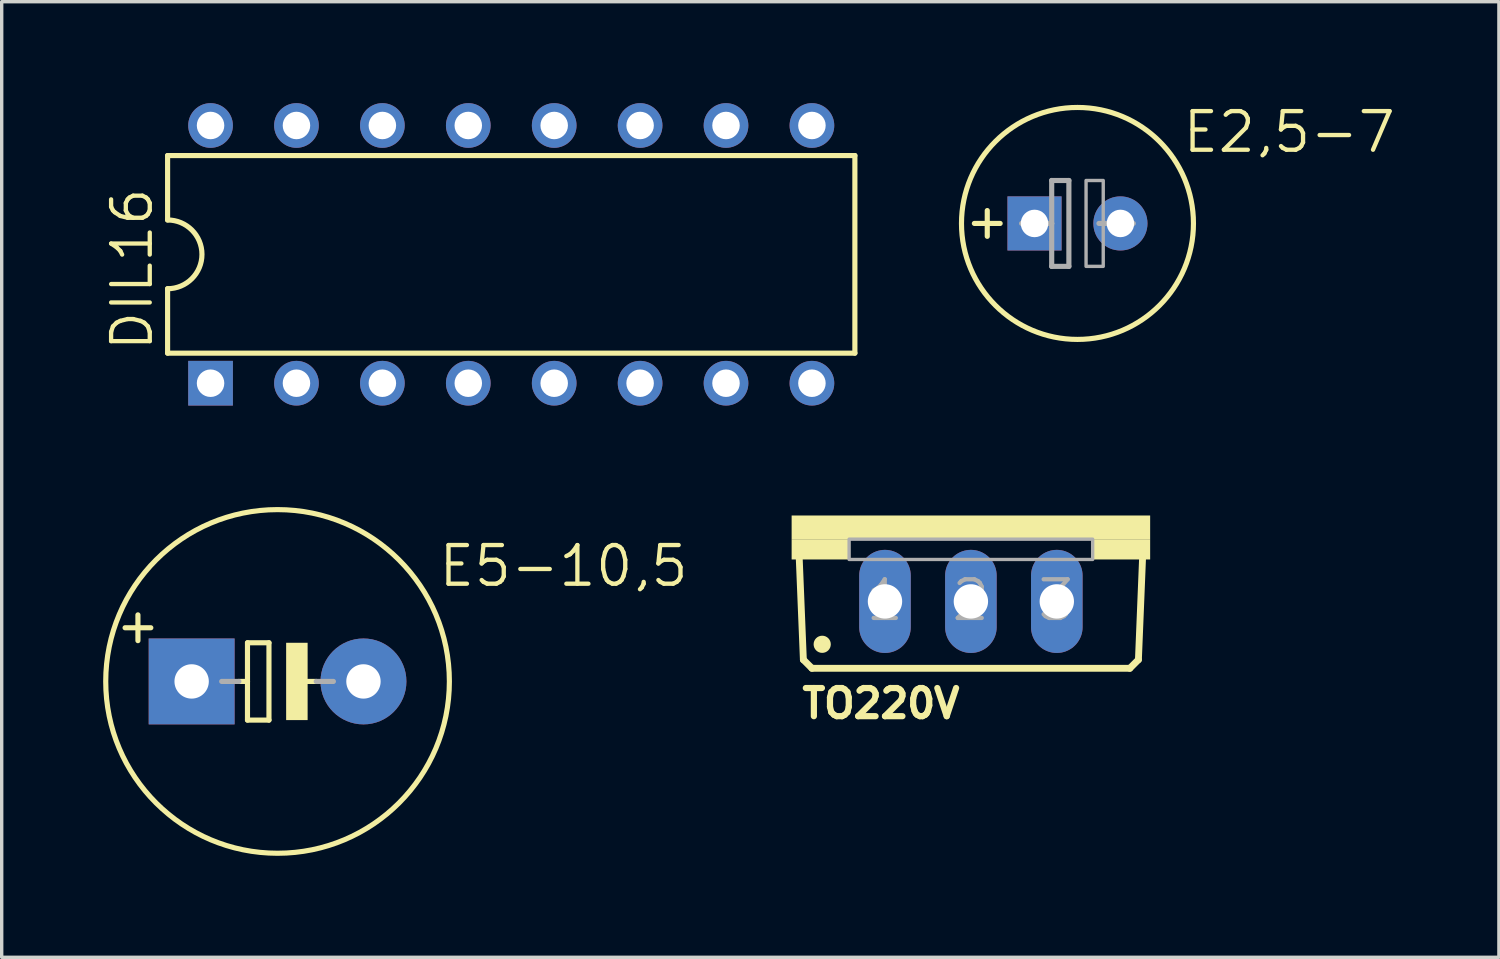
<source format=kicad_pcb>
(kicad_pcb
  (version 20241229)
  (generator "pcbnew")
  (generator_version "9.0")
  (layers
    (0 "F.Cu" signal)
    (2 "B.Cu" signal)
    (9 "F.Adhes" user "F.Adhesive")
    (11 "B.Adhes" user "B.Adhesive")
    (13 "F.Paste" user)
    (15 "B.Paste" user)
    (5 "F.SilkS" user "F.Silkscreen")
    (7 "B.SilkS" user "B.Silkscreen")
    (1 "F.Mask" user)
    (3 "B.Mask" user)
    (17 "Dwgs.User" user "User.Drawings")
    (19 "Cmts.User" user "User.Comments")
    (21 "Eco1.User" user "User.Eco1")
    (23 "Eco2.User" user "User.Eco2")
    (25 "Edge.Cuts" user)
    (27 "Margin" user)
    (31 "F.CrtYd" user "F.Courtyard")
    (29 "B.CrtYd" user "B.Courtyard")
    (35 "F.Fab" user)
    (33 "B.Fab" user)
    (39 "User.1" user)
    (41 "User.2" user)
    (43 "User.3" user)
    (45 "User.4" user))
  (footprint "E5-10,5"
    (layer "F.Cu")
    (at 5.156 17.097)
    (property "Reference" "E5-10,5" (at 4.699 -2.743 0) (layer "F.SilkS") (effects (font (size 1.143 1.143) (thickness 0.127)) (justify left bottom)))
    (fp_line (start -4.128 -1.968) (end -4.128 -1.206) (stroke (width 0.152) (type solid)) (layer "F.SilkS"))
    (fp_line (start -3.747 -1.587) (end -4.508 -1.587) (stroke (width 0.152) (type solid)) (layer "F.SilkS"))
    (fp_line (start -1.143 0) (end -0.889 0) (stroke (width 0.152) (type solid)) (layer "F.SilkS"))
    (fp_line (start -0.889 -1.143) (end -0.889 0) (stroke (width 0.152) (type solid)) (layer "F.SilkS"))
    (fp_line (start -0.889 0) (end -0.889 1.143) (stroke (width 0.152) (type solid)) (layer "F.SilkS"))
    (fp_line (start -0.889 1.143) (end -0.254 1.143) (stroke (width 0.152) (type solid)) (layer "F.SilkS"))
    (fp_line (start -0.254 -1.143) (end -0.889 -1.143) (stroke (width 0.152) (type solid)) (layer "F.SilkS"))
    (fp_line (start -0.254 1.143) (end -0.254 -1.143) (stroke (width 0.152) (type solid)) (layer "F.SilkS"))
    (fp_line (start 0.635 0) (end 1.143 0) (stroke (width 0.152) (type solid)) (layer "F.SilkS"))
    (fp_circle (center 0 0) (end 5.08 0) (stroke (width 0.152) (type solid)) (fill no) (layer "F.SilkS"))
    (fp_poly (pts (xy 0.254 1.143) (xy 0.889 1.143) (xy 0.889 -1.143) (xy 0.254 -1.143)) (stroke (width 0) (type solid)) (fill yes) (layer "F.SilkS"))
    (fp_line (start -1.651 0) (end -1.143 0) (stroke (width 0.152) (type solid)) (layer "F.Fab"))
    (fp_line (start 1.143 0) (end 1.651 0) (stroke (width 0.152) (type solid)) (layer "F.Fab"))
    (pad "+" thru_hole rect (at -2.54 0) (size 2.54 2.54) (drill 1.016) (layers "*.Cu" "*.Mask"))
    (pad "-" thru_hole circle (at 2.54 0) (size 2.54 2.54) (drill 1.016) (layers "*.Cu" "*.Mask")))
  (footprint "DIL16"
    (layer "F.Cu")
    (at 12.065 4.47)
    (property "Reference" "DIL16" (at -10.541 2.921 90) (layer "F.SilkS") (effects (font (size 1.143 1.143) (thickness 0.127)) (justify left bottom)))
    (fp_line (start -10.16 -2.921) (end -10.16 -1.016) (stroke (width 0.152) (type solid)) (layer "F.SilkS"))
    (fp_line (start -10.16 2.921) (end -10.16 1.016) (stroke (width 0.152) (type solid)) (layer "F.SilkS"))
    (fp_line (start -10.16 2.921) (end 10.16 2.921) (stroke (width 0.152) (type solid)) (layer "F.SilkS"))
    (fp_line (start 10.16 -2.921) (end -10.16 -2.921) (stroke (width 0.152) (type solid)) (layer "F.SilkS"))
    (fp_line (start 10.16 -2.921) (end 10.16 2.921) (stroke (width 0.152) (type solid)) (layer "F.SilkS"))
    (fp_arc (start -10.16 -1.016) (mid -9.144 0) (end -10.16 1.016) (stroke (width 0.1524) (type solid)) (layer "F.SilkS"))
    (pad "1" thru_hole rect (at -8.89 3.81 90) (size 1.321 1.321) (drill 0.813) (layers "*.Cu" "*.Mask"))
    (pad "2" thru_hole circle (at -6.35 3.81 90) (size 1.321 1.321) (drill 0.813) (layers "*.Cu" "*.Mask"))
    (pad "3" thru_hole circle (at -3.81 3.81 90) (size 1.321 1.321) (drill 0.813) (layers "*.Cu" "*.Mask"))
    (pad "4" thru_hole circle (at -1.27 3.81 90) (size 1.321 1.321) (drill 0.813) (layers "*.Cu" "*.Mask"))
    (pad "5" thru_hole circle (at 1.27 3.81 90) (size 1.321 1.321) (drill 0.813) (layers "*.Cu" "*.Mask"))
    (pad "6" thru_hole circle (at 3.81 3.81 90) (size 1.321 1.321) (drill 0.813) (layers "*.Cu" "*.Mask"))
    (pad "7" thru_hole circle (at 6.35 3.81 90) (size 1.321 1.321) (drill 0.813) (layers "*.Cu" "*.Mask"))
    (pad "8" thru_hole circle (at 8.89 3.81 90) (size 1.321 1.321) (drill 0.813) (layers "*.Cu" "*.Mask"))
    (pad "9" thru_hole circle (at 8.89 -3.81 90) (size 1.321 1.321) (drill 0.813) (layers "*.Cu" "*.Mask"))
    (pad "10" thru_hole circle (at 6.35 -3.81 90) (size 1.321 1.321) (drill 0.813) (layers "*.Cu" "*.Mask"))
    (pad "11" thru_hole circle (at 3.81 -3.81 90) (size 1.321 1.321) (drill 0.813) (layers "*.Cu" "*.Mask"))
    (pad "12" thru_hole circle (at 1.27 -3.81 90) (size 1.321 1.321) (drill 0.813) (layers "*.Cu" "*.Mask"))
    (pad "13" thru_hole circle (at -1.27 -3.81 90) (size 1.321 1.321) (drill 0.813) (layers "*.Cu" "*.Mask"))
    (pad "14" thru_hole circle (at -3.81 -3.81 90) (size 1.321 1.321) (drill 0.813) (layers "*.Cu" "*.Mask"))
    (pad "15" thru_hole circle (at -6.35 -3.81 90) (size 1.321 1.321) (drill 0.813) (layers "*.Cu" "*.Mask"))
    (pad "16" thru_hole circle (at -8.89 -3.81 90) (size 1.321 1.321) (drill 0.813) (layers "*.Cu" "*.Mask")))
  (footprint "TO220V"
    (layer "F.Cu")
    (at 25.655 12.191)
    (property "Reference" "TO220V" (at -5.08 6.045 0) (layer "F.SilkS") (effects (font (size 0.833 0.833) (thickness 0.183)) (justify left bottom)))
    (fp_line (start -4.953 4.264) (end -5.08 1.143) (stroke (width 0.203) (type solid)) (layer "F.SilkS"))
    (fp_line (start -4.953 4.264) (end -4.699 4.518) (stroke (width 0.203) (type solid)) (layer "F.SilkS"))
    (fp_line (start 4.699 4.518) (end -4.699 4.518) (stroke (width 0.203) (type solid)) (layer "F.SilkS"))
    (fp_line (start 4.699 4.518) (end 4.953 4.264) (stroke (width 0.203) (type solid)) (layer "F.SilkS"))
    (fp_line (start 5.08 1.143) (end 4.953 4.264) (stroke (width 0.203) (type solid)) (layer "F.SilkS"))
    (fp_circle (center -4.396 3.808) (end -4.269 3.808) (stroke (width 0.254) (type solid)) (fill yes) (layer "F.SilkS"))
    (fp_poly (pts (xy -5.3 0.7) (xy 5.3 0.7) (xy 5.3 0) (xy -5.3 0)) (stroke (width 0) (type solid)) (fill yes) (layer "F.SilkS"))
    (fp_poly (pts (xy -5.3 1.3) (xy -3.6 1.3) (xy -3.6 0.7) (xy -5.3 0.7)) (stroke (width 0) (type solid)) (fill yes) (layer "F.SilkS"))
    (fp_poly (pts (xy 3.6 1.3) (xy 5.3 1.3) (xy 5.3 0.7) (xy 3.6 0.7)) (stroke (width 0) (type solid)) (fill yes) (layer "F.SilkS"))
    (fp_poly (pts (xy -3.6 1.3) (xy 3.6 1.3) (xy 3.6 0.7) (xy -3.6 0.7)) (stroke (width 0.1) (type solid)) (fill no) (layer "F.Fab"))
    (fp_text user "3" (at 1.905 3.175 0) (layer "F.Fab") (effects (font (size 1.143 1.143) (thickness 0.127)) (justify left bottom)))
    (fp_text user "1" (at -3.175 3.175 0) (layer "F.Fab") (effects (font (size 1.143 1.143) (thickness 0.127)) (justify left bottom)))
    (fp_text user "2" (at -0.635 3.175 0) (layer "F.Fab") (effects (font (size 1.143 1.143) (thickness 0.127)) (justify left bottom)))
    (pad "1" thru_hole oval (at -2.54 2.54 90) (size 3.048 1.524) (drill 1.016) (layers "*.Cu" "*.Mask"))
    (pad "2" thru_hole oval (at 0 2.54 90) (size 3.048 1.524) (drill 1.016) (layers "*.Cu" "*.Mask"))
    (pad "3" thru_hole oval (at 2.54 2.54 90) (size 3.048 1.524) (drill 1.016) (layers "*.Cu" "*.Mask")))
  (footprint "E2,5-7"
    (layer "F.Cu")
    (at 28.806 3.556)
    (property "Reference" "E2,5-7" (at 3.048 -2.032 0) (layer "F.SilkS") (effects (font (size 1.143 1.143) (thickness 0.127)) (justify left bottom)))
    (fp_line (start -3.048 0) (end -2.286 0) (stroke (width 0.152) (type solid)) (layer "F.SilkS"))
    (fp_line (start -2.667 0.381) (end -2.667 -0.381) (stroke (width 0.152) (type solid)) (layer "F.SilkS"))
    (fp_circle (center 0 0) (end 3.429 0) (stroke (width 0.152) (type solid)) (fill no) (layer "F.SilkS"))
    (fp_line (start -1.651 0) (end -0.762 0) (stroke (width 0.152) (type solid)) (layer "F.Fab"))
    (fp_line (start -0.762 -1.27) (end -0.762 0) (stroke (width 0.152) (type solid)) (layer "F.Fab"))
    (fp_line (start -0.762 0) (end -0.762 1.27) (stroke (width 0.152) (type solid)) (layer "F.Fab"))
    (fp_line (start -0.762 1.27) (end -0.254 1.27) (stroke (width 0.152) (type solid)) (layer "F.Fab"))
    (fp_line (start -0.254 -1.27) (end -0.762 -1.27) (stroke (width 0.152) (type solid)) (layer "F.Fab"))
    (fp_line (start -0.254 1.27) (end -0.254 -1.27) (stroke (width 0.152) (type solid)) (layer "F.Fab"))
    (fp_line (start 0.635 0) (end 1.651 0) (stroke (width 0.152) (type solid)) (layer "F.Fab"))
    (fp_poly (pts (xy 0.254 1.27) (xy 0.762 1.27) (xy 0.762 -1.27) (xy 0.254 -1.27)) (stroke (width 0.1) (type solid)) (fill no) (layer "F.Fab"))
    (pad "+" thru_hole rect (at -1.27 0) (size 1.6 1.6) (drill 0.813) (layers "*.Cu" "*.Mask"))
    (pad "-" thru_hole circle (at 1.27 0) (size 1.6 1.6) (drill 0.813) (layers "*.Cu" "*.Mask")))
  (gr_rect
    (start -3 -3)
    (end 41.266 25.253)
    (stroke (width 0.1) (type default))
    (fill no)
    (layer "Edge.Cuts")))
</source>
